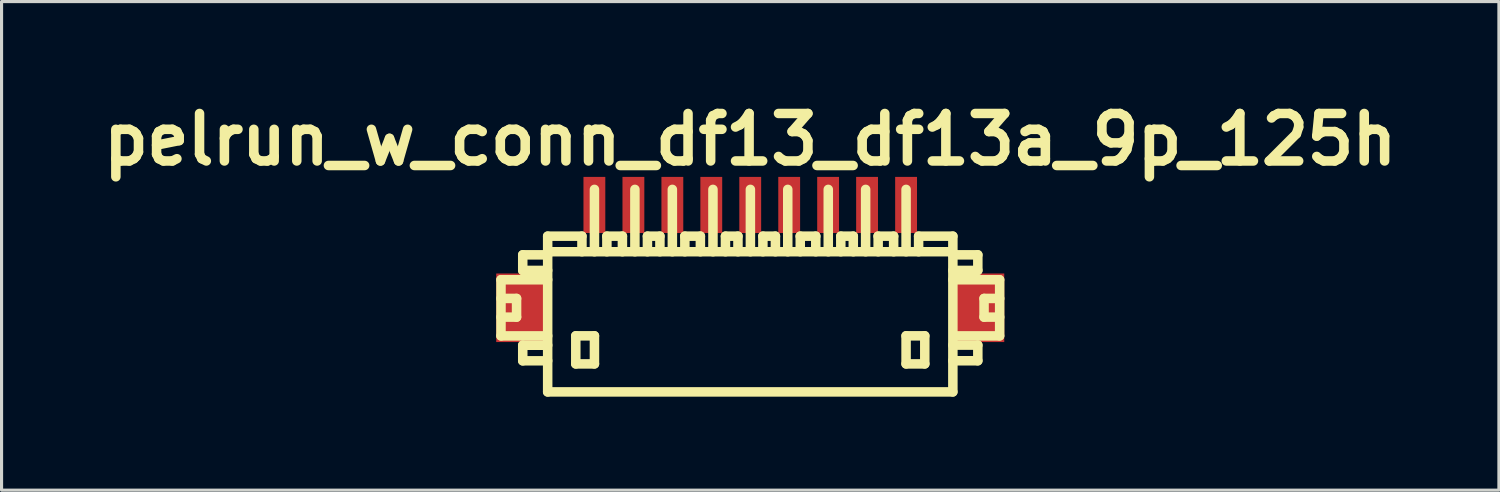
<source format=kicad_pcb>
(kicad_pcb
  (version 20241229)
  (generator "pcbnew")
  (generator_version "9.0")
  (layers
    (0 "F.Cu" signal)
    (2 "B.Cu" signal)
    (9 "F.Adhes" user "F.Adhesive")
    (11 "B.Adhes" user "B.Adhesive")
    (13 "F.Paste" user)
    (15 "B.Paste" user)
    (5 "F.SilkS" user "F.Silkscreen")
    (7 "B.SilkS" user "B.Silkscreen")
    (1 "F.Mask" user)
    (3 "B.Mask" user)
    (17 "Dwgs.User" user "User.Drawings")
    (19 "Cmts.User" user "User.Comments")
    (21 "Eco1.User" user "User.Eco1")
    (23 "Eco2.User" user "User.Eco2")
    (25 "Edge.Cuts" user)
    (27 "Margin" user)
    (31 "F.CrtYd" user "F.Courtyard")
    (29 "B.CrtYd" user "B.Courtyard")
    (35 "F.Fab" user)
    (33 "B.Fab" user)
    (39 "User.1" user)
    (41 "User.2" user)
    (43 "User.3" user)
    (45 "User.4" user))
  (footprint "pelrun_w_conn_df13_df13a_9p_125h"
    (layer "F.Cu")
    (at 21.024 7.027)
    (property "Reference" "pelrun_w_conn_df13_df13a_9p_125h" (at 0 -5.601 0) (layer "F.SilkS") (effects (font (size 1.524 1.524) (thickness 0.305))))
    (attr through_hole)
    (fp_line (start -7.998 -1.1) (end -7.998 0.701) (stroke (width 0.305) (type solid)) (layer "F.SilkS"))
    (fp_line (start -7.998 0.701) (end -6.5 0.701) (stroke (width 0.305) (type solid)) (layer "F.SilkS"))
    (fp_line (start -7.498 -0.5) (end -7.998 -0.5) (stroke (width 0.305) (type solid)) (layer "F.SilkS"))
    (fp_line (start -7.498 0.099) (end -7.998 0.099) (stroke (width 0.305) (type solid)) (layer "F.SilkS"))
    (fp_line (start -7.498 0.099) (end -7.498 -0.5) (stroke (width 0.305) (type solid)) (layer "F.SilkS"))
    (fp_line (start -7.3 -1.9) (end -7.3 -1.4) (stroke (width 0.305) (type solid)) (layer "F.SilkS"))
    (fp_line (start -7.3 -1.9) (end -6.5 -1.9) (stroke (width 0.305) (type solid)) (layer "F.SilkS"))
    (fp_line (start -7.3 1.001) (end -7.3 1.501) (stroke (width 0.305) (type solid)) (layer "F.SilkS"))
    (fp_line (start -7.3 1.501) (end -6.5 1.501) (stroke (width 0.305) (type solid)) (layer "F.SilkS"))
    (fp_line (start -6.5 -1.999) (end 6.5 -1.999) (stroke (width 0.305) (type solid)) (layer "F.SilkS"))
    (fp_line (start -6.5 -1.4) (end -7.3 -1.4) (stroke (width 0.305) (type solid)) (layer "F.SilkS"))
    (fp_line (start -6.5 -1.1) (end -7.998 -1.1) (stroke (width 0.305) (type solid)) (layer "F.SilkS"))
    (fp_line (start -6.5 1.001) (end -7.3 1.001) (stroke (width 0.305) (type solid)) (layer "F.SilkS"))
    (fp_line (start -6.5 2.499) (end -6.5 -2.499) (stroke (width 0.305) (type solid)) (layer "F.SilkS"))
    (fp_line (start -5.598 0.699) (end -5.598 1.6) (stroke (width 0.305) (type solid)) (layer "F.SilkS"))
    (fp_line (start -5.598 1.6) (end -4.999 1.6) (stroke (width 0.305) (type solid)) (layer "F.SilkS"))
    (fp_line (start -5.4 -2.499) (end -6.5 -2.499) (stroke (width 0.305) (type solid)) (layer "F.SilkS"))
    (fp_line (start -5.4 -2.499) (end -5.4 -1.999) (stroke (width 0.305) (type solid)) (layer "F.SilkS"))
    (fp_line (start -4.999 -4) (end -4.999 -1.999) (stroke (width 0.305) (type solid)) (layer "F.SilkS"))
    (fp_line (start -4.999 0.699) (end -5.598 0.699) (stroke (width 0.305) (type solid)) (layer "F.SilkS"))
    (fp_line (start -4.999 1.6) (end -4.999 0.699) (stroke (width 0.305) (type solid)) (layer "F.SilkS"))
    (fp_line (start -4.602 -2.499) (end -4.102 -2.499) (stroke (width 0.305) (type solid)) (layer "F.SilkS"))
    (fp_line (start -4.6 -1.999) (end -4.6 -2.499) (stroke (width 0.305) (type solid)) (layer "F.SilkS"))
    (fp_line (start -4.102 -2.499) (end -4.102 -1.999) (stroke (width 0.305) (type solid)) (layer "F.SilkS"))
    (fp_line (start -3.701 -1.999) (end -3.701 -4) (stroke (width 0.305) (type solid)) (layer "F.SilkS"))
    (fp_line (start -3.299 -2.499) (end -3.299 -1.999) (stroke (width 0.305) (type solid)) (layer "F.SilkS"))
    (fp_line (start -2.898 -2.499) (end -3.299 -2.499) (stroke (width 0.305) (type solid)) (layer "F.SilkS"))
    (fp_line (start -2.898 -2.499) (end -2.898 -1.999) (stroke (width 0.305) (type solid)) (layer "F.SilkS"))
    (fp_line (start -2.499 -1.999) (end -2.499 -4) (stroke (width 0.305) (type solid)) (layer "F.SilkS"))
    (fp_line (start -2.101 -2.499) (end -1.6 -2.499) (stroke (width 0.305) (type solid)) (layer "F.SilkS"))
    (fp_line (start -2.098 -1.999) (end -2.098 -2.499) (stroke (width 0.305) (type solid)) (layer "F.SilkS"))
    (fp_line (start -1.6 -2.499) (end -1.6 -1.999) (stroke (width 0.305) (type solid)) (layer "F.SilkS"))
    (fp_line (start -1.196 -1.999) (end -1.196 -4) (stroke (width 0.305) (type solid)) (layer "F.SilkS"))
    (fp_line (start -0.795 -2.499) (end -0.795 -1.999) (stroke (width 0.305) (type solid)) (layer "F.SilkS"))
    (fp_line (start -0.394 -2.499) (end -0.795 -2.499) (stroke (width 0.305) (type solid)) (layer "F.SilkS"))
    (fp_line (start -0.394 -2.499) (end -0.394 -1.999) (stroke (width 0.305) (type solid)) (layer "F.SilkS"))
    (fp_line (start 0.005 -1.999) (end 0.005 -4) (stroke (width 0.305) (type solid)) (layer "F.SilkS"))
    (fp_line (start 0.406 -2.499) (end 0.406 -1.999) (stroke (width 0.305) (type solid)) (layer "F.SilkS"))
    (fp_line (start 0.808 -2.499) (end 0.406 -2.499) (stroke (width 0.305) (type solid)) (layer "F.SilkS"))
    (fp_line (start 0.808 -2.499) (end 0.808 -1.999) (stroke (width 0.305) (type solid)) (layer "F.SilkS"))
    (fp_line (start 1.204 -1.999) (end 1.204 -4) (stroke (width 0.305) (type solid)) (layer "F.SilkS"))
    (fp_line (start 1.603 -2.499) (end 2.103 -2.499) (stroke (width 0.305) (type solid)) (layer "F.SilkS"))
    (fp_line (start 1.605 -1.999) (end 1.605 -2.499) (stroke (width 0.305) (type solid)) (layer "F.SilkS"))
    (fp_line (start 2.103 -2.499) (end 2.103 -1.999) (stroke (width 0.305) (type solid)) (layer "F.SilkS"))
    (fp_line (start 2.504 -1.999) (end 2.504 -4) (stroke (width 0.305) (type solid)) (layer "F.SilkS"))
    (fp_line (start 2.906 -2.499) (end 2.906 -1.999) (stroke (width 0.305) (type solid)) (layer "F.SilkS"))
    (fp_line (start 3.307 -2.499) (end 2.906 -2.499) (stroke (width 0.305) (type solid)) (layer "F.SilkS"))
    (fp_line (start 3.307 -2.499) (end 3.307 -1.999) (stroke (width 0.305) (type solid)) (layer "F.SilkS"))
    (fp_line (start 3.703 -1.999) (end 3.703 -4) (stroke (width 0.305) (type solid)) (layer "F.SilkS"))
    (fp_line (start 4.102 -2.499) (end 4.602 -2.499) (stroke (width 0.305) (type solid)) (layer "F.SilkS"))
    (fp_line (start 4.105 -1.999) (end 4.105 -2.499) (stroke (width 0.305) (type solid)) (layer "F.SilkS"))
    (fp_line (start 4.602 -2.499) (end 4.602 -1.999) (stroke (width 0.305) (type solid)) (layer "F.SilkS"))
    (fp_line (start 5.001 -1.999) (end 5.001 -4) (stroke (width 0.305) (type solid)) (layer "F.SilkS"))
    (fp_line (start 5.001 0.699) (end 5.601 0.699) (stroke (width 0.305) (type solid)) (layer "F.SilkS"))
    (fp_line (start 5.001 1.6) (end 5.001 0.699) (stroke (width 0.305) (type solid)) (layer "F.SilkS"))
    (fp_line (start 5.403 -2.499) (end 5.403 -1.999) (stroke (width 0.305) (type solid)) (layer "F.SilkS"))
    (fp_line (start 5.601 0.699) (end 5.601 1.6) (stroke (width 0.305) (type solid)) (layer "F.SilkS"))
    (fp_line (start 5.601 1.6) (end 5.001 1.6) (stroke (width 0.305) (type solid)) (layer "F.SilkS"))
    (fp_line (start 6.5 2.499) (end -6.5 2.499) (stroke (width 0.305) (type solid)) (layer "F.SilkS"))
    (fp_line (start 6.502 -2.499) (end 5.403 -2.499) (stroke (width 0.305) (type solid)) (layer "F.SilkS"))
    (fp_line (start 6.502 -2.499) (end 6.502 2.499) (stroke (width 0.305) (type solid)) (layer "F.SilkS"))
    (fp_line (start 6.502 -1.9) (end 7.303 -1.9) (stroke (width 0.305) (type solid)) (layer "F.SilkS"))
    (fp_line (start 6.502 0.998) (end 7.303 0.998) (stroke (width 0.305) (type solid)) (layer "F.SilkS"))
    (fp_line (start 7.303 -1.9) (end 7.303 -1.4) (stroke (width 0.305) (type solid)) (layer "F.SilkS"))
    (fp_line (start 7.303 -1.4) (end 6.502 -1.4) (stroke (width 0.305) (type solid)) (layer "F.SilkS"))
    (fp_line (start 7.303 0.998) (end 7.303 1.499) (stroke (width 0.305) (type solid)) (layer "F.SilkS"))
    (fp_line (start 7.303 1.499) (end 6.502 1.499) (stroke (width 0.305) (type solid)) (layer "F.SilkS"))
    (fp_line (start 7.503 0.099) (end 7.503 -0.5) (stroke (width 0.305) (type solid)) (layer "F.SilkS"))
    (fp_line (start 8.001 -1.1) (end 6.502 -1.1) (stroke (width 0.305) (type solid)) (layer "F.SilkS"))
    (fp_line (start 8.001 0.701) (end 6.601 0.701) (stroke (width 0.305) (type solid)) (layer "F.SilkS"))
    (fp_line (start 8.004 -1.1) (end 8.004 0.701) (stroke (width 0.305) (type solid)) (layer "F.SilkS"))
    (fp_line (start 8.004 -0.5) (end 7.503 -0.5) (stroke (width 0.305) (type solid)) (layer "F.SilkS"))
    (fp_line (start 8.004 0.099) (end 7.503 0.099) (stroke (width 0.305) (type solid)) (layer "F.SilkS"))
    (pad "" smd rect (at -7.351 -0.201) (size 1.6 2.2) (layers "F.Cu" "F.Mask" "F.Paste"))
    (pad "" smd rect (at 7.351 -0.201) (size 1.6 2.2) (layers "F.Cu" "F.Mask" "F.Paste"))
    (pad "1" smd rect (at 5.001 -3.5) (size 0.701 1.801) (layers "F.Cu" "F.Mask" "F.Paste"))
    (pad "2" smd rect (at 3.749 -3.5) (size 0.701 1.801) (layers "F.Cu" "F.Mask" "F.Paste"))
    (pad "3" smd rect (at 2.499 -3.5) (size 0.701 1.801) (layers "F.Cu" "F.Mask" "F.Paste"))
    (pad "4" smd rect (at 1.25 -3.5) (size 0.701 1.801) (layers "F.Cu" "F.Mask" "F.Paste"))
    (pad "5" smd rect (at 0 -3.5) (size 0.701 1.801) (layers "F.Cu" "F.Mask" "F.Paste"))
    (pad "6" smd rect (at -1.25 -3.5) (size 0.701 1.801) (layers "F.Cu" "F.Mask" "F.Paste"))
    (pad "7" smd rect (at -2.499 -3.5) (size 0.701 1.801) (layers "F.Cu" "F.Mask" "F.Paste"))
    (pad "8" smd rect (at -3.749 -3.5) (size 0.701 1.801) (layers "F.Cu" "F.Mask" "F.Paste"))
    (pad "9" smd rect (at -5.001 -3.5) (size 0.701 1.801) (layers "F.Cu" "F.Mask" "F.Paste")))
  (gr_rect
    (start -3 -3)
    (end 45.048 12.679)
    (stroke (width 0.1) (type default))
    (fill no)
    (layer "Edge.Cuts")))
</source>
